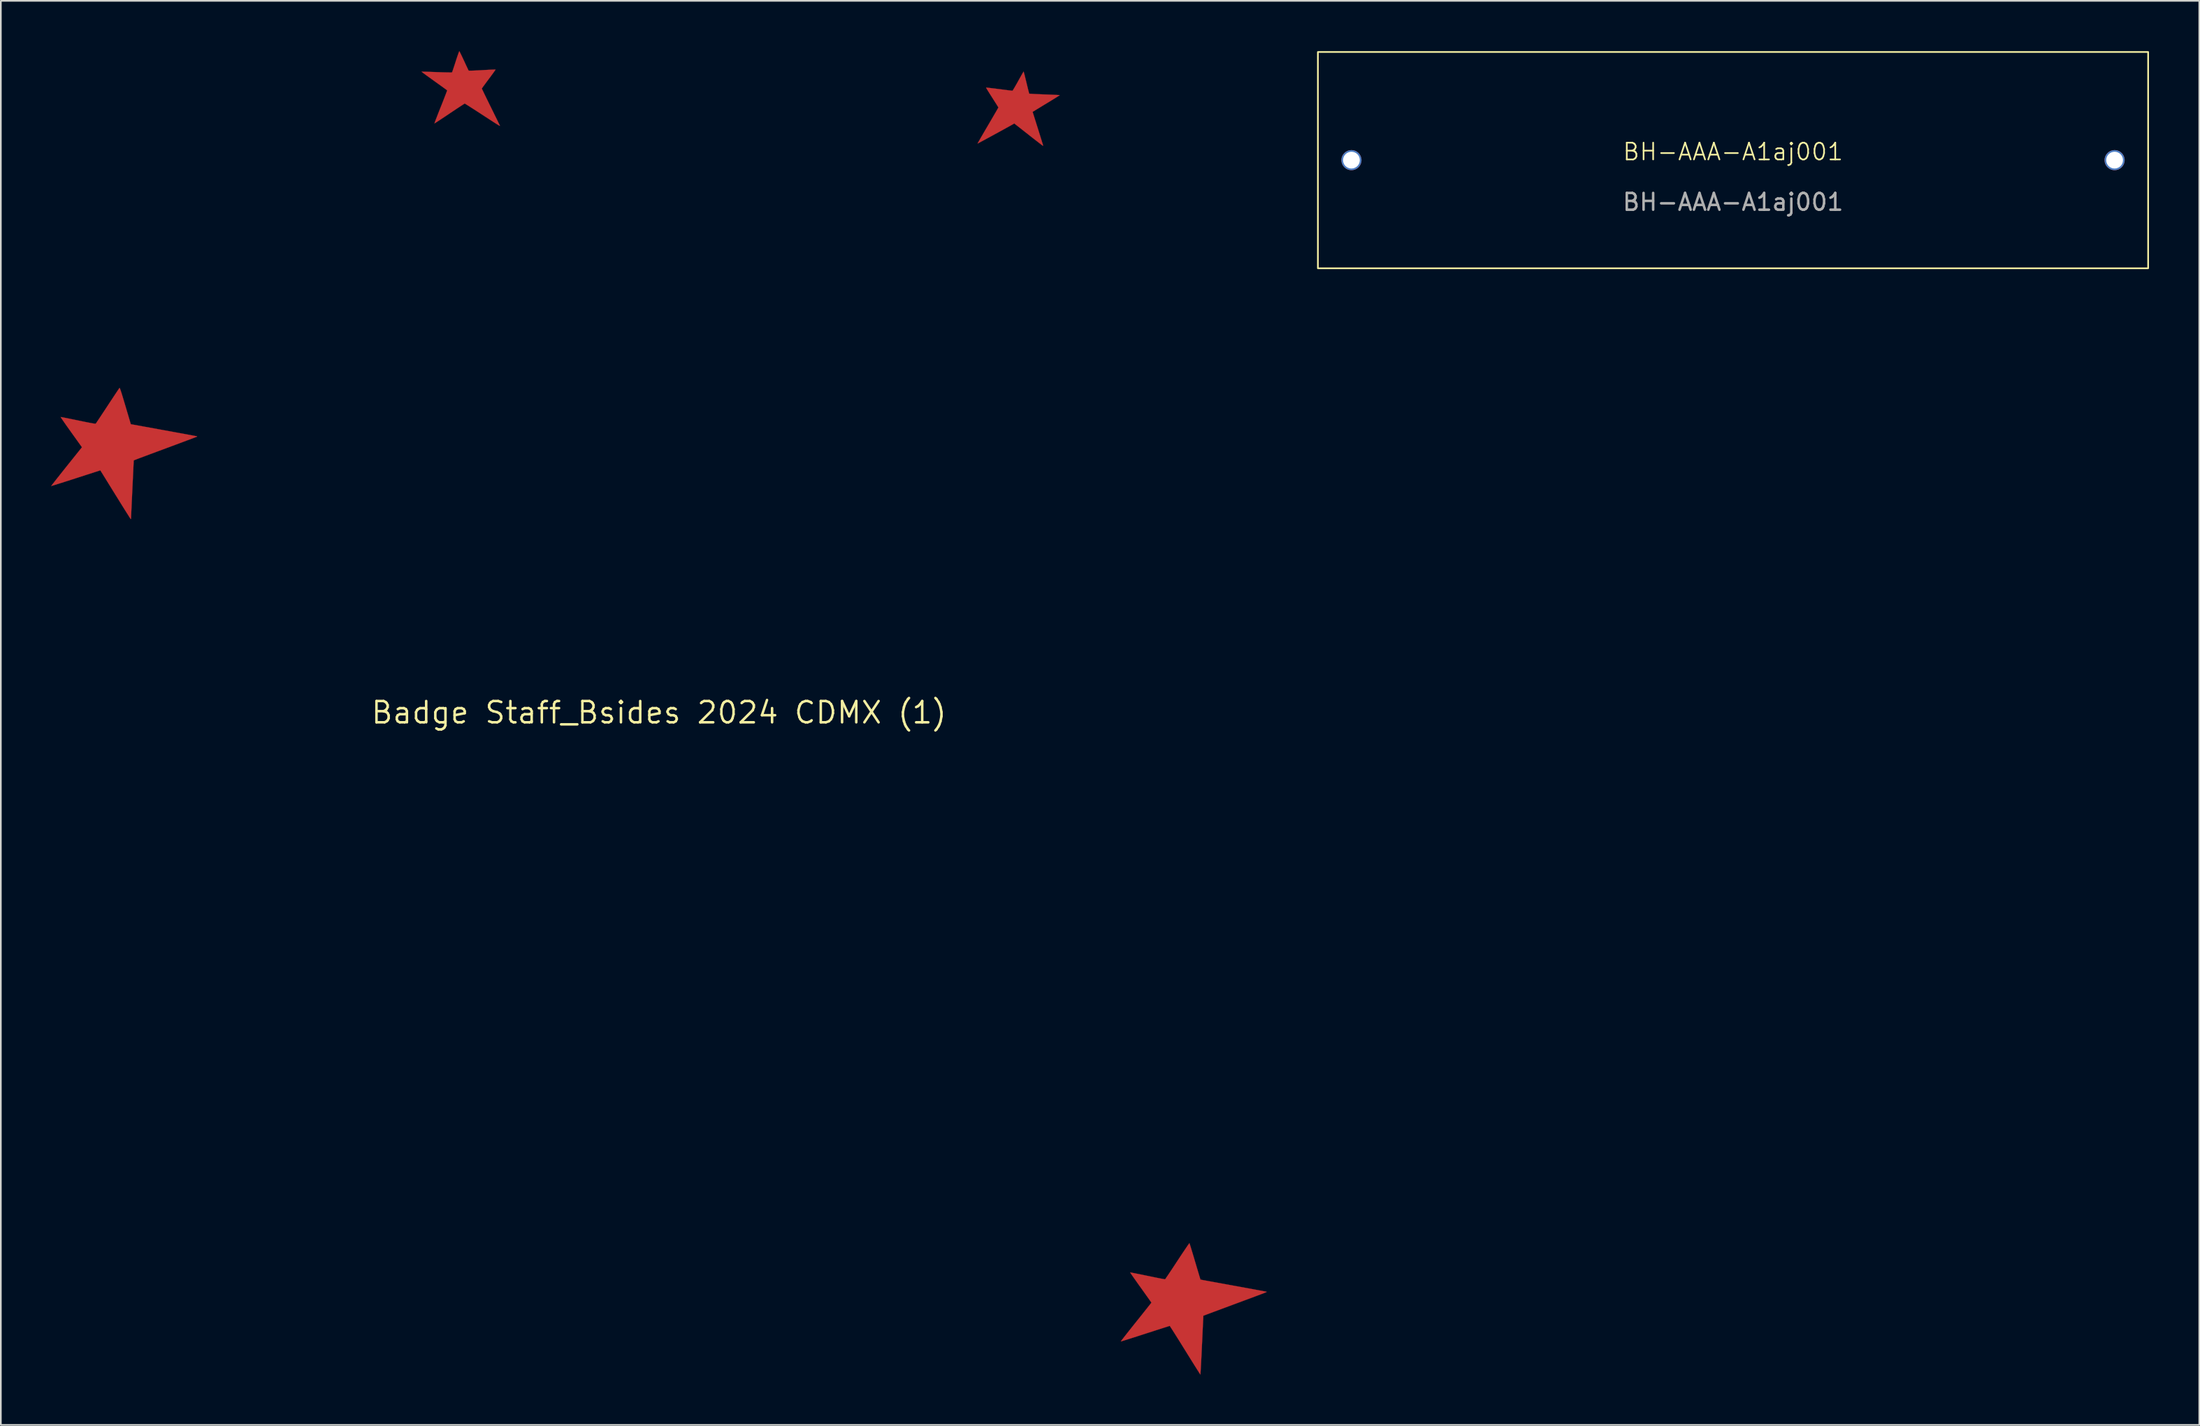
<source format=kicad_pcb>
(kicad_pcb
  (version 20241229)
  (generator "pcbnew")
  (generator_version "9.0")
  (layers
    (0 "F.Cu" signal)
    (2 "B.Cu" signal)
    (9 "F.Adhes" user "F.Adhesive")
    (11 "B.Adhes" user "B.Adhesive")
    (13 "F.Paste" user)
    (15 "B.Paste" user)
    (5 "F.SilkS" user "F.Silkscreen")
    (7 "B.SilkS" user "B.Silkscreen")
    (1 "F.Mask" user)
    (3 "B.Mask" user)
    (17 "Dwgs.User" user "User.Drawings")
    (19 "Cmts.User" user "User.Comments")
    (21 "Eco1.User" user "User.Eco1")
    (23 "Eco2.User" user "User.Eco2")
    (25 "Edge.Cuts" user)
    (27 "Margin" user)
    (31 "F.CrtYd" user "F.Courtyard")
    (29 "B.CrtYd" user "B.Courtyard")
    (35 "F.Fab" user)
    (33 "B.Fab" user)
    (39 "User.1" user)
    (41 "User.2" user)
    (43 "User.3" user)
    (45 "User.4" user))
  (footprint "BH-AAA-A1aj001"
    (layer "F.Cu")
    (at 100.274 6.5)
    (property "Reference" "BH-AAA-A1aj001" (at 0 -0.5 0) (unlocked yes) (layer "F.SilkS") (effects (font (size 1 1) (thickness 0.1))))
    (attr smd)
    (fp_rect (start -24.75 -6.45) (end 24.75 6.45) (stroke (width 0.1) (type default)) (fill no) (layer "F.SilkS"))
    (fp_text user "${REFERENCE}" (at 0 2.5 0) (unlocked yes) (layer "F.Fab") (effects (font (size 1 1) (thickness 0.15))))
    (pad "1" thru_hole circle (at 22.75 0) (size 1.2 1.2) (drill 1) (layers "*.Cu" "*.Mask"))
    (pad "2" thru_hole circle (at -22.75 0) (size 1.2 1.2) (drill 1) (layers "*.Cu" "*.Mask")))
  (footprint "Badge Staff_Bsides 2024 CDMX (1)"
    (layer "F.Cu")
    (at 36.239 39.446)
    (property "Reference" "Badge Staff_Bsides 2024 CDMX (1)" (at 0 0 0) (layer "F.SilkS") (effects (font (size 1.27 1.27) (thickness 0.15))))
    (attr through_hole)
    (fp_poly (pts (xy -32.157 -19.36) (xy -32.144 -19.34) (xy -32.126 -19.298) (xy -32.103 -19.232) (xy -32.072 -19.14) (xy -32.033 -19.019) (xy -31.986 -18.866) (xy -31.93 -18.679) (xy -31.863 -18.456) (xy -31.815 -18.294) (xy -31.49 -17.198) (xy -29.519 -16.84) (xy -29.236 -16.788) (xy -28.965 -16.739) (xy -28.709 -16.692) (xy -28.471 -16.649) (xy -28.253 -16.609) (xy -28.059 -16.573) (xy -27.891 -16.542) (xy -27.753 -16.516) (xy -27.647 -16.496) (xy -27.575 -16.482) (xy -27.542 -16.475) (xy -27.54 -16.475) (xy -27.541 -16.457) (xy -27.562 -16.448) (xy -27.62 -16.426) (xy -27.712 -16.391) (xy -27.835 -16.344) (xy -27.987 -16.287) (xy -28.165 -16.221) (xy -28.365 -16.146) (xy -28.586 -16.063) (xy -28.824 -15.974) (xy -29.077 -15.88) (xy -29.341 -15.782) (xy -29.381 -15.767) (xy -29.648 -15.668) (xy -29.905 -15.573) (xy -30.148 -15.482) (xy -30.374 -15.398) (xy -30.582 -15.32) (xy -30.767 -15.251) (xy -30.928 -15.191) (xy -31.06 -15.141) (xy -31.162 -15.102) (xy -31.23 -15.076) (xy -31.262 -15.064) (xy -31.263 -15.063) (xy -31.316 -15.038) (xy -31.394 -13.398) (xy -31.407 -13.136) (xy -31.418 -12.883) (xy -31.43 -12.645) (xy -31.44 -12.423) (xy -31.449 -12.222) (xy -31.457 -12.045) (xy -31.464 -11.896) (xy -31.469 -11.778) (xy -31.472 -11.695) (xy -31.473 -11.65) (xy -31.474 -11.647) (xy -31.477 -11.585) (xy -31.484 -11.545) (xy -31.491 -11.536) (xy -31.504 -11.554) (xy -31.538 -11.605) (xy -31.591 -11.687) (xy -31.66 -11.797) (xy -31.746 -11.932) (xy -31.845 -12.089) (xy -31.956 -12.267) (xy -32.077 -12.461) (xy -32.207 -12.671) (xy -32.344 -12.892) (xy -32.407 -12.993) (xy -33.307 -14.448) (xy -34.765 -13.977) (xy -35.004 -13.9) (xy -35.231 -13.827) (xy -35.442 -13.759) (xy -35.636 -13.698) (xy -35.808 -13.644) (xy -35.955 -13.597) (xy -36.074 -13.561) (xy -36.163 -13.534) (xy -36.217 -13.518) (xy -36.234 -13.515) (xy -36.222 -13.532) (xy -36.186 -13.58) (xy -36.128 -13.656) (xy -36.05 -13.756) (xy -35.954 -13.879) (xy -35.841 -14.022) (xy -35.715 -14.181) (xy -35.577 -14.355) (xy -35.429 -14.541) (xy -35.323 -14.674) (xy -34.402 -15.824) (xy -35.045 -16.722) (xy -35.168 -16.895) (xy -35.283 -17.056) (xy -35.387 -17.204) (xy -35.478 -17.335) (xy -35.554 -17.445) (xy -35.613 -17.532) (xy -35.652 -17.593) (xy -35.67 -17.623) (xy -35.671 -17.627) (xy -35.647 -17.624) (xy -35.586 -17.613) (xy -35.492 -17.595) (xy -35.368 -17.571) (xy -35.219 -17.541) (xy -35.049 -17.506) (xy -34.861 -17.468) (xy -34.661 -17.427) (xy -34.629 -17.42) (xy -34.388 -17.37) (xy -34.185 -17.329) (xy -34.018 -17.296) (xy -33.883 -17.27) (xy -33.777 -17.251) (xy -33.697 -17.238) (xy -33.64 -17.231) (xy -33.603 -17.229) (xy -33.583 -17.232) (xy -33.578 -17.235) (xy -33.562 -17.257) (xy -33.525 -17.311) (xy -33.469 -17.395) (xy -33.396 -17.504) (xy -33.309 -17.635) (xy -33.209 -17.787) (xy -33.098 -17.954) (xy -32.979 -18.134) (xy -32.871 -18.299) (xy -32.747 -18.488) (xy -32.629 -18.666) (xy -32.52 -18.832) (xy -32.422 -18.98) (xy -32.336 -19.109) (xy -32.265 -19.215) (xy -32.212 -19.295) (xy -32.178 -19.345) (xy -32.165 -19.362) (xy -32.157 -19.36)) (stroke (width 0.01) (type solid)) (fill yes) (layer "F.Cu"))
    (fp_poly (pts (xy 21.747 -38.207) (xy 21.762 -38.151) (xy 21.786 -38.064) (xy 21.815 -37.95) (xy 21.848 -37.814) (xy 21.885 -37.662) (xy 21.906 -37.576) (xy 21.945 -37.416) (xy 21.98 -37.27) (xy 22.012 -37.142) (xy 22.039 -37.037) (xy 22.059 -36.961) (xy 22.072 -36.919) (xy 22.075 -36.911) (xy 22.098 -36.908) (xy 22.159 -36.903) (xy 22.253 -36.897) (xy 22.377 -36.89) (xy 22.525 -36.883) (xy 22.693 -36.876) (xy 22.877 -36.868) (xy 22.985 -36.864) (xy 23.176 -36.857) (xy 23.353 -36.85) (xy 23.512 -36.843) (xy 23.649 -36.837) (xy 23.76 -36.831) (xy 23.839 -36.827) (xy 23.883 -36.823) (xy 23.891 -36.822) (xy 23.876 -36.809) (xy 23.828 -36.778) (xy 23.753 -36.729) (xy 23.655 -36.667) (xy 23.537 -36.594) (xy 23.404 -36.512) (xy 23.332 -36.468) (xy 23.178 -36.374) (xy 23.022 -36.28) (xy 22.873 -36.189) (xy 22.737 -36.106) (xy 22.621 -36.035) (xy 22.533 -35.982) (xy 22.52 -35.974) (xy 22.276 -35.825) (xy 22.589 -34.83) (xy 22.651 -34.633) (xy 22.708 -34.449) (xy 22.761 -34.28) (xy 22.807 -34.132) (xy 22.845 -34.008) (xy 22.875 -33.912) (xy 22.894 -33.848) (xy 22.902 -33.82) (xy 22.902 -33.819) (xy 22.887 -33.805) (xy 22.886 -33.805) (xy 22.867 -33.818) (xy 22.818 -33.855) (xy 22.742 -33.913) (xy 22.642 -33.99) (xy 22.522 -34.083) (xy 22.384 -34.19) (xy 22.233 -34.308) (xy 22.071 -34.435) (xy 22.027 -34.47) (xy 21.183 -35.133) (xy 21.117 -35.094) (xy 21.045 -35.054) (xy 20.947 -34.999) (xy 20.826 -34.932) (xy 20.687 -34.855) (xy 20.533 -34.77) (xy 20.368 -34.679) (xy 20.197 -34.586) (xy 20.023 -34.491) (xy 19.85 -34.396) (xy 19.683 -34.305) (xy 19.525 -34.22) (xy 19.381 -34.141) (xy 19.253 -34.072) (xy 19.147 -34.015) (xy 19.066 -33.972) (xy 19.013 -33.945) (xy 18.995 -33.936) (xy 18.995 -33.936) (xy 19.004 -33.955) (xy 19.032 -34.008) (xy 19.079 -34.09) (xy 19.141 -34.199) (xy 19.217 -34.332) (xy 19.306 -34.485) (xy 19.405 -34.655) (xy 19.513 -34.839) (xy 19.611 -35.007) (xy 19.725 -35.201) (xy 19.832 -35.384) (xy 19.93 -35.553) (xy 20.018 -35.704) (xy 20.094 -35.835) (xy 20.155 -35.942) (xy 20.2 -36.022) (xy 20.228 -36.071) (xy 20.235 -36.087) (xy 20.224 -36.108) (xy 20.193 -36.161) (xy 20.144 -36.24) (xy 20.08 -36.342) (xy 20.004 -36.461) (xy 19.919 -36.595) (xy 19.864 -36.681) (xy 19.775 -36.821) (xy 19.694 -36.949) (xy 19.624 -37.061) (xy 19.568 -37.154) (xy 19.527 -37.222) (xy 19.506 -37.261) (xy 19.504 -37.27) (xy 19.527 -37.27) (xy 19.587 -37.265) (xy 19.679 -37.255) (xy 19.8 -37.241) (xy 19.943 -37.224) (xy 20.105 -37.204) (xy 20.28 -37.182) (xy 20.283 -37.182) (xy 20.459 -37.159) (xy 20.622 -37.138) (xy 20.767 -37.12) (xy 20.89 -37.105) (xy 20.985 -37.093) (xy 21.048 -37.086) (xy 21.074 -37.083) (xy 21.074 -37.083) (xy 21.09 -37.101) (xy 21.123 -37.152) (xy 21.171 -37.231) (xy 21.231 -37.334) (xy 21.301 -37.456) (xy 21.378 -37.592) (xy 21.413 -37.655) (xy 21.491 -37.797) (xy 21.563 -37.925) (xy 21.626 -38.037) (xy 21.677 -38.127) (xy 21.715 -38.19) (xy 21.736 -38.223) (xy 21.739 -38.227) (xy 21.747 -38.207)) (stroke (width 0.01) (type solid)) (fill yes) (layer "F.Cu"))
    (fp_poly (pts (xy -11.892 -39.422) (xy -11.863 -39.369) (xy -11.822 -39.287) (xy -11.77 -39.18) (xy -11.711 -39.055) (xy -11.645 -38.915) (xy -11.624 -38.87) (xy -11.558 -38.725) (xy -11.496 -38.593) (xy -11.442 -38.478) (xy -11.398 -38.385) (xy -11.366 -38.32) (xy -11.348 -38.287) (xy -11.346 -38.284) (xy -11.322 -38.281) (xy -11.26 -38.281) (xy -11.166 -38.283) (xy -11.044 -38.287) (xy -10.898 -38.293) (xy -10.734 -38.301) (xy -10.556 -38.311) (xy -10.542 -38.312) (xy -10.364 -38.322) (xy -10.199 -38.331) (xy -10.053 -38.338) (xy -9.929 -38.343) (xy -9.833 -38.347) (xy -9.77 -38.348) (xy -9.744 -38.347) (xy -9.744 -38.347) (xy -9.753 -38.328) (xy -9.786 -38.28) (xy -9.838 -38.206) (xy -9.907 -38.11) (xy -9.99 -37.997) (xy -10.084 -37.87) (xy -10.148 -37.785) (xy -10.248 -37.651) (xy -10.339 -37.528) (xy -10.419 -37.419) (xy -10.484 -37.33) (xy -10.531 -37.263) (xy -10.557 -37.223) (xy -10.562 -37.214) (xy -10.553 -37.192) (xy -10.527 -37.136) (xy -10.485 -37.048) (xy -10.43 -36.933) (xy -10.362 -36.793) (xy -10.284 -36.633) (xy -10.197 -36.455) (xy -10.103 -36.263) (xy -10.022 -36.1) (xy -9.924 -35.9) (xy -9.831 -35.711) (xy -9.746 -35.537) (xy -9.669 -35.382) (xy -9.604 -35.248) (xy -9.551 -35.139) (xy -9.512 -35.059) (xy -9.489 -35.01) (xy -9.483 -34.997) (xy -9.486 -34.993) (xy -9.496 -34.995) (xy -9.517 -35.004) (xy -9.551 -35.023) (xy -9.6 -35.052) (xy -9.668 -35.094) (xy -9.756 -35.149) (xy -9.867 -35.22) (xy -10.003 -35.309) (xy -10.168 -35.416) (xy -10.364 -35.543) (xy -10.537 -35.656) (xy -10.724 -35.778) (xy -10.901 -35.892) (xy -11.065 -35.998) (xy -11.212 -36.092) (xy -11.338 -36.173) (xy -11.442 -36.238) (xy -11.519 -36.286) (xy -11.566 -36.315) (xy -11.581 -36.322) (xy -11.602 -36.311) (xy -11.655 -36.278) (xy -11.736 -36.225) (xy -11.842 -36.156) (xy -11.97 -36.072) (xy -12.115 -35.976) (xy -12.275 -35.869) (xy -12.447 -35.754) (xy -12.489 -35.725) (xy -12.662 -35.609) (xy -12.825 -35.501) (xy -12.973 -35.403) (xy -13.103 -35.317) (xy -13.213 -35.245) (xy -13.299 -35.19) (xy -13.357 -35.154) (xy -13.385 -35.139) (xy -13.386 -35.138) (xy -13.38 -35.159) (xy -13.36 -35.216) (xy -13.328 -35.304) (xy -13.283 -35.42) (xy -13.229 -35.56) (xy -13.167 -35.721) (xy -13.097 -35.898) (xy -13.022 -36.088) (xy -13.008 -36.121) (xy -12.932 -36.313) (xy -12.861 -36.493) (xy -12.797 -36.657) (xy -12.741 -36.802) (xy -12.695 -36.923) (xy -12.66 -37.017) (xy -12.637 -37.079) (xy -12.629 -37.107) (xy -12.629 -37.108) (xy -12.647 -37.123) (xy -12.696 -37.16) (xy -12.773 -37.216) (xy -12.874 -37.289) (xy -12.995 -37.377) (xy -13.133 -37.476) (xy -13.284 -37.584) (xy -13.399 -37.667) (xy -13.557 -37.78) (xy -13.704 -37.886) (xy -13.836 -37.981) (xy -13.949 -38.064) (xy -14.041 -38.132) (xy -14.107 -38.182) (xy -14.145 -38.213) (xy -14.153 -38.22) (xy -14.13 -38.222) (xy -14.07 -38.221) (xy -13.976 -38.219) (xy -13.853 -38.216) (xy -13.706 -38.212) (xy -13.538 -38.206) (xy -13.355 -38.2) (xy -13.249 -38.196) (xy -13.059 -38.189) (xy -12.881 -38.183) (xy -12.721 -38.179) (xy -12.583 -38.176) (xy -12.472 -38.175) (xy -12.392 -38.175) (xy -12.347 -38.177) (xy -12.339 -38.178) (xy -12.329 -38.202) (xy -12.308 -38.261) (xy -12.277 -38.35) (xy -12.239 -38.465) (xy -12.194 -38.6) (xy -12.146 -38.75) (xy -12.123 -38.82) (xy -12.074 -38.974) (xy -12.027 -39.114) (xy -11.986 -39.235) (xy -11.951 -39.332) (xy -11.925 -39.401) (xy -11.908 -39.437) (xy -11.905 -39.441) (xy -11.892 -39.422)) (stroke (width 0.01) (type solid)) (fill yes) (layer "F.Cu"))
    (fp_poly (pts (xy 31.626 31.641) (xy 31.635 31.664) (xy 31.654 31.723) (xy 31.683 31.815) (xy 31.72 31.936) (xy 31.765 32.083) (xy 31.816 32.251) (xy 31.872 32.438) (xy 31.932 32.638) (xy 31.959 32.732) (xy 32.02 32.937) (xy 32.078 33.13) (xy 32.13 33.306) (xy 32.177 33.462) (xy 32.216 33.594) (xy 32.248 33.698) (xy 32.27 33.771) (xy 32.282 33.809) (xy 32.284 33.814) (xy 32.305 33.818) (xy 32.365 33.83) (xy 32.461 33.848) (xy 32.59 33.871) (xy 32.749 33.901) (xy 32.935 33.935) (xy 33.145 33.973) (xy 33.377 34.015) (xy 33.627 34.061) (xy 33.893 34.109) (xy 34.171 34.16) (xy 34.237 34.172) (xy 34.519 34.223) (xy 34.789 34.272) (xy 35.045 34.319) (xy 35.283 34.363) (xy 35.501 34.403) (xy 35.695 34.439) (xy 35.863 34.47) (xy 36.002 34.496) (xy 36.109 34.516) (xy 36.181 34.53) (xy 36.214 34.537) (xy 36.216 34.537) (xy 36.223 34.54) (xy 36.229 34.542) (xy 36.23 34.546) (xy 36.225 34.551) (xy 36.212 34.559) (xy 36.187 34.571) (xy 36.15 34.587) (xy 36.098 34.608) (xy 36.028 34.635) (xy 35.938 34.67) (xy 35.826 34.712) (xy 35.69 34.763) (xy 35.527 34.824) (xy 35.336 34.896) (xy 35.114 34.978) (xy 34.859 35.073) (xy 34.568 35.181) (xy 34.28 35.288) (xy 34.015 35.387) (xy 33.762 35.481) (xy 33.522 35.57) (xy 33.3 35.653) (xy 33.098 35.728) (xy 32.918 35.795) (xy 32.764 35.853) (xy 32.638 35.9) (xy 32.543 35.936) (xy 32.482 35.959) (xy 32.458 35.968) (xy 32.457 35.968) (xy 32.456 35.99) (xy 32.452 36.05) (xy 32.448 36.147) (xy 32.441 36.276) (xy 32.433 36.435) (xy 32.424 36.621) (xy 32.414 36.831) (xy 32.404 37.061) (xy 32.392 37.308) (xy 32.38 37.57) (xy 32.372 37.724) (xy 32.36 37.992) (xy 32.348 38.248) (xy 32.336 38.488) (xy 32.325 38.709) (xy 32.314 38.909) (xy 32.305 39.083) (xy 32.296 39.229) (xy 32.289 39.345) (xy 32.284 39.425) (xy 32.28 39.469) (xy 32.279 39.476) (xy 32.266 39.458) (xy 32.232 39.407) (xy 32.18 39.326) (xy 32.111 39.216) (xy 32.026 39.082) (xy 31.927 38.924) (xy 31.816 38.747) (xy 31.695 38.553) (xy 31.565 38.344) (xy 31.428 38.123) (xy 31.368 38.026) (xy 31.228 37.801) (xy 31.095 37.586) (xy 30.969 37.385) (xy 30.853 37.201) (xy 30.748 37.034) (xy 30.657 36.89) (xy 30.58 36.769) (xy 30.519 36.675) (xy 30.477 36.611) (xy 30.454 36.579) (xy 30.451 36.576) (xy 30.428 36.582) (xy 30.368 36.601) (xy 30.275 36.63) (xy 30.151 36.669) (xy 29.999 36.718) (xy 29.824 36.774) (xy 29.628 36.837) (xy 29.414 36.906) (xy 29.186 36.979) (xy 28.991 37.042) (xy 28.754 37.119) (xy 28.529 37.191) (xy 28.318 37.259) (xy 28.126 37.32) (xy 27.955 37.374) (xy 27.809 37.42) (xy 27.69 37.457) (xy 27.603 37.484) (xy 27.551 37.499) (xy 27.535 37.502) (xy 27.546 37.485) (xy 27.581 37.438) (xy 27.638 37.363) (xy 27.715 37.263) (xy 27.811 37.141) (xy 27.922 36.999) (xy 28.048 36.84) (xy 28.186 36.666) (xy 28.333 36.481) (xy 28.439 36.349) (xy 28.593 36.157) (xy 28.738 35.975) (xy 28.873 35.805) (xy 28.996 35.65) (xy 29.105 35.513) (xy 29.197 35.397) (xy 29.27 35.303) (xy 29.323 35.236) (xy 29.352 35.197) (xy 29.358 35.188) (xy 29.346 35.169) (xy 29.312 35.118) (xy 29.257 35.04) (xy 29.185 34.938) (xy 29.097 34.814) (xy 28.996 34.672) (xy 28.884 34.515) (xy 28.764 34.346) (xy 28.721 34.287) (xy 28.598 34.115) (xy 28.484 33.954) (xy 28.38 33.807) (xy 28.288 33.677) (xy 28.212 33.567) (xy 28.152 33.481) (xy 28.113 33.421) (xy 28.094 33.391) (xy 28.094 33.389) (xy 28.116 33.391) (xy 28.175 33.401) (xy 28.268 33.418) (xy 28.39 33.442) (xy 28.538 33.471) (xy 28.707 33.505) (xy 28.894 33.543) (xy 29.094 33.585) (xy 29.127 33.591) (xy 29.33 33.633) (xy 29.52 33.672) (xy 29.693 33.707) (xy 29.846 33.737) (xy 29.975 33.762) (xy 30.075 33.78) (xy 30.142 33.792) (xy 30.172 33.796) (xy 30.173 33.795) (xy 30.189 33.777) (xy 30.225 33.726) (xy 30.28 33.645) (xy 30.353 33.538) (xy 30.44 33.409) (xy 30.54 33.259) (xy 30.651 33.092) (xy 30.77 32.911) (xy 30.896 32.719) (xy 30.904 32.707) (xy 31.03 32.516) (xy 31.149 32.335) (xy 31.26 32.169) (xy 31.36 32.021) (xy 31.447 31.892) (xy 31.519 31.787) (xy 31.574 31.708) (xy 31.611 31.659) (xy 31.626 31.641) (xy 31.626 31.641)) (stroke (width 0.01) (type solid)) (fill yes) (layer "F.Cu")))
  (gr_rect
    (start -3 -3)
    (end 128.074 81.927)
    (stroke (width 0.1) (type default))
    (fill no)
    (layer "Edge.Cuts")))
</source>
